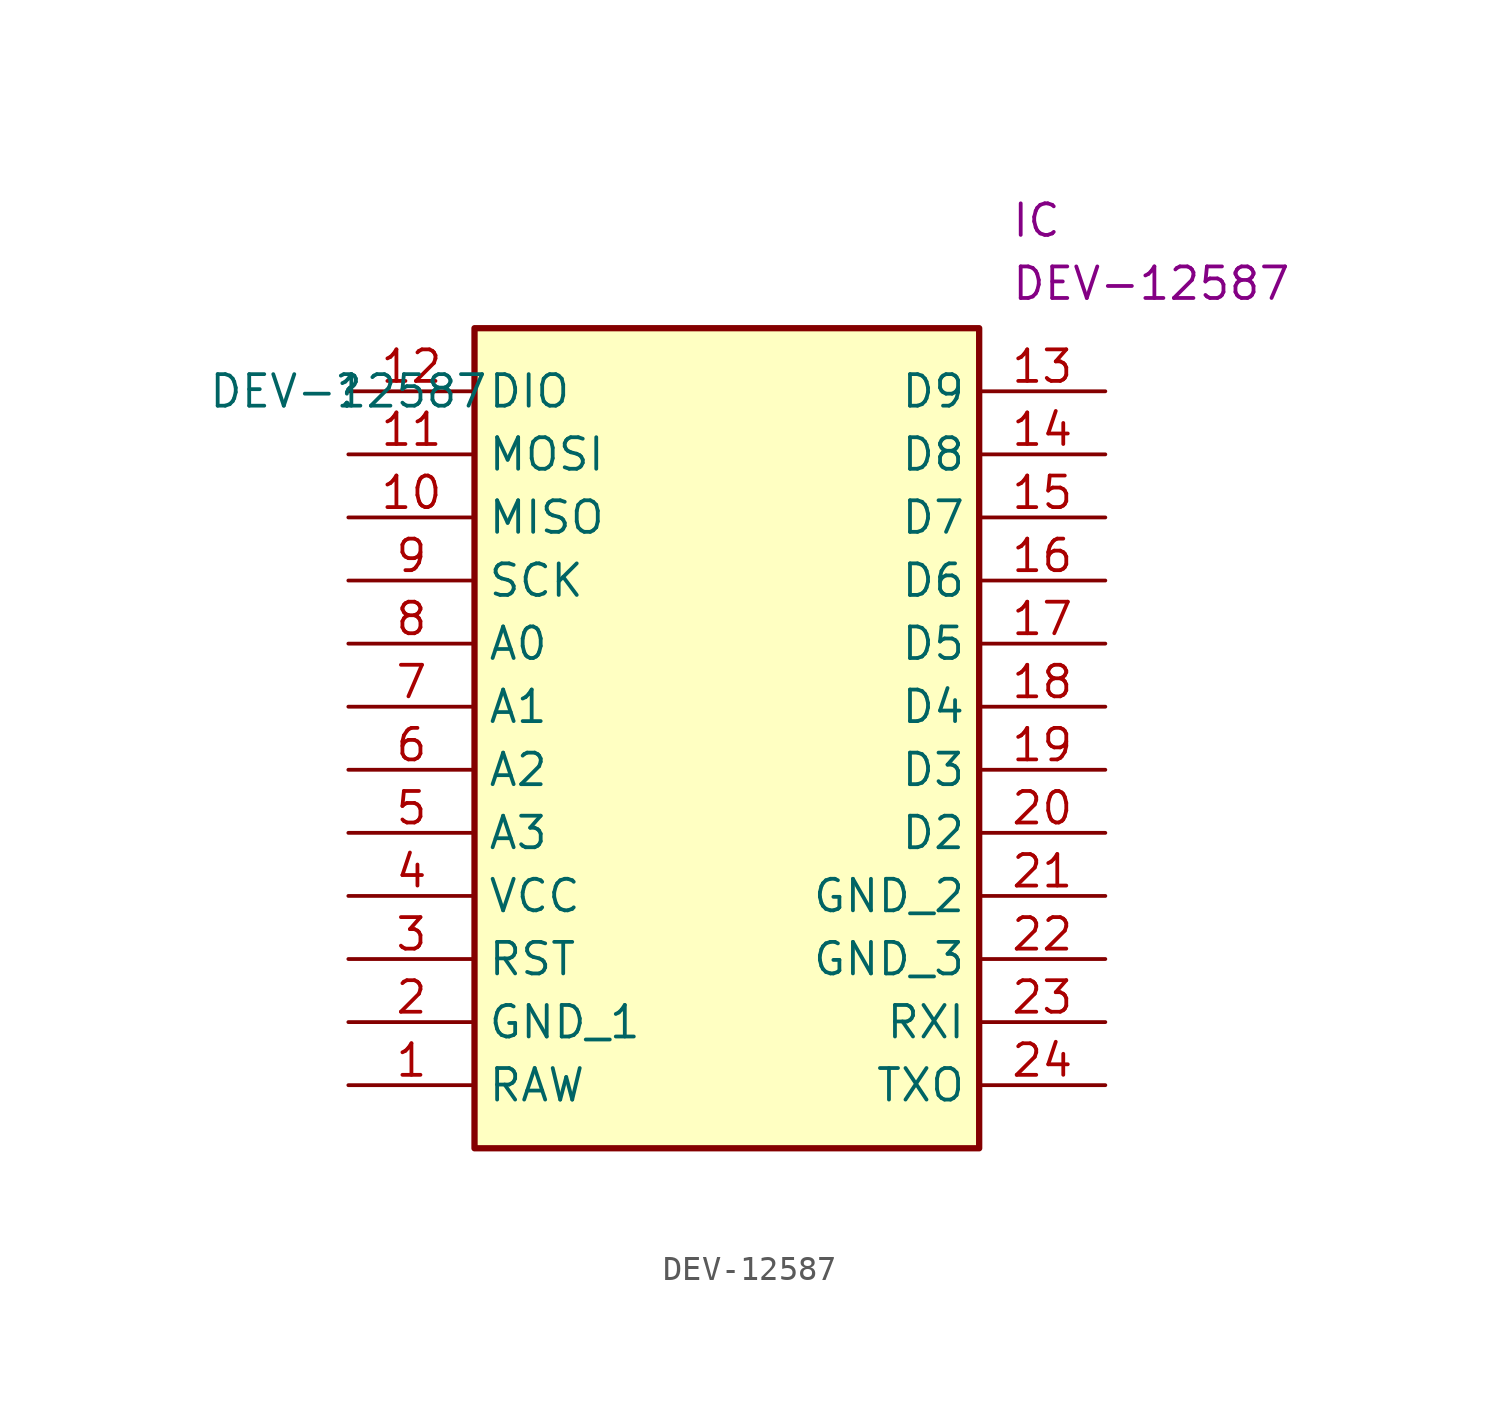
<source format=kicad_sym>
(kicad_symbol_lib
  (version 20211014)
  (generator kicad_symbol_editor)
  (symbol "DEV-12587"
    (property "Reference" ""
      (at 0 0 0)
      (effects (font (size 1.27 1.27))))
    (property "Value" "DEV-12587"
      (at 0 0 0)
      (effects (font (size 1.27 1.27))))
    (property "Reference_1" "IC"
      (at 26.67 7.62 0)
      (effects (font (size 1.27 1.27)) (justify left top)))
    (property "Value_1" "DEV-12587"
      (at 26.67 5.08 0)
      (effects (font (size 1.27 1.27)) (justify left top)))
    (symbol "DEV-12587_1_1"
      (rectangle (start 5.08 2.54) (end 25.4 -30.48) (stroke (width 0.254) (type default) (color 0 0 0 0)) (fill (type background)))
      (pin passive line (at 0 -27.94 0) (length 5.08) (name "RAW" (effects (font (size 1.27 1.27)))) (number "1" (effects (font (size 1.27 1.27)))))
      (pin passive line (at 0 -5.08 0) (length 5.08) (name "MISO" (effects (font (size 1.27 1.27)))) (number "10" (effects (font (size 1.27 1.27)))))
      (pin passive line (at 0 -2.54 0) (length 5.08) (name "MOSI" (effects (font (size 1.27 1.27)))) (number "11" (effects (font (size 1.27 1.27)))))
      (pin passive line (at 0 0 0) (length 5.08) (name "DIO" (effects (font (size 1.27 1.27)))) (number "12" (effects (font (size 1.27 1.27)))))
      (pin passive line (at 30.48 0 180) (length 5.08) (name "D9" (effects (font (size 1.27 1.27)))) (number "13" (effects (font (size 1.27 1.27)))))
      (pin passive line (at 30.48 -2.54 180) (length 5.08) (name "D8" (effects (font (size 1.27 1.27)))) (number "14" (effects (font (size 1.27 1.27)))))
      (pin passive line (at 30.48 -5.08 180) (length 5.08) (name "D7" (effects (font (size 1.27 1.27)))) (number "15" (effects (font (size 1.27 1.27)))))
      (pin passive line (at 30.48 -7.62 180) (length 5.08) (name "D6" (effects (font (size 1.27 1.27)))) (number "16" (effects (font (size 1.27 1.27)))))
      (pin passive line (at 30.48 -10.16 180) (length 5.08) (name "D5" (effects (font (size 1.27 1.27)))) (number "17" (effects (font (size 1.27 1.27)))))
      (pin passive line (at 30.48 -12.7 180) (length 5.08) (name "D4" (effects (font (size 1.27 1.27)))) (number "18" (effects (font (size 1.27 1.27)))))
      (pin passive line (at 30.48 -15.24 180) (length 5.08) (name "D3" (effects (font (size 1.27 1.27)))) (number "19" (effects (font (size 1.27 1.27)))))
      (pin passive line (at 0 -25.4 0) (length 5.08) (name "GND_1" (effects (font (size 1.27 1.27)))) (number "2" (effects (font (size 1.27 1.27)))))
      (pin passive line (at 30.48 -17.78 180) (length 5.08) (name "D2" (effects (font (size 1.27 1.27)))) (number "20" (effects (font (size 1.27 1.27)))))
      (pin passive line (at 30.48 -20.32 180) (length 5.08) (name "GND_2" (effects (font (size 1.27 1.27)))) (number "21" (effects (font (size 1.27 1.27)))))
      (pin passive line (at 30.48 -22.86 180) (length 5.08) (name "GND_3" (effects (font (size 1.27 1.27)))) (number "22" (effects (font (size 1.27 1.27)))))
      (pin passive line (at 30.48 -25.4 180) (length 5.08) (name "RXI" (effects (font (size 1.27 1.27)))) (number "23" (effects (font (size 1.27 1.27)))))
      (pin passive line (at 30.48 -27.94 180) (length 5.08) (name "TXO" (effects (font (size 1.27 1.27)))) (number "24" (effects (font (size 1.27 1.27)))))
      (pin passive line (at 0 -22.86 0) (length 5.08) (name "RST" (effects (font (size 1.27 1.27)))) (number "3" (effects (font (size 1.27 1.27)))))
      (pin passive line (at 0 -20.32 0) (length 5.08) (name "VCC" (effects (font (size 1.27 1.27)))) (number "4" (effects (font (size 1.27 1.27)))))
      (pin passive line (at 0 -17.78 0) (length 5.08) (name "A3" (effects (font (size 1.27 1.27)))) (number "5" (effects (font (size 1.27 1.27)))))
      (pin passive line (at 0 -15.24 0) (length 5.08) (name "A2" (effects (font (size 1.27 1.27)))) (number "6" (effects (font (size 1.27 1.27)))))
      (pin passive line (at 0 -12.7 0) (length 5.08) (name "A1" (effects (font (size 1.27 1.27)))) (number "7" (effects (font (size 1.27 1.27)))))
      (pin passive line (at 0 -10.16 0) (length 5.08) (name "A0" (effects (font (size 1.27 1.27)))) (number "8" (effects (font (size 1.27 1.27)))))
      (pin passive line (at 0 -7.62 0) (length 5.08) (name "SCK" (effects (font (size 1.27 1.27)))) (number "9" (effects (font (size 1.27 1.27))))))))
</source>
